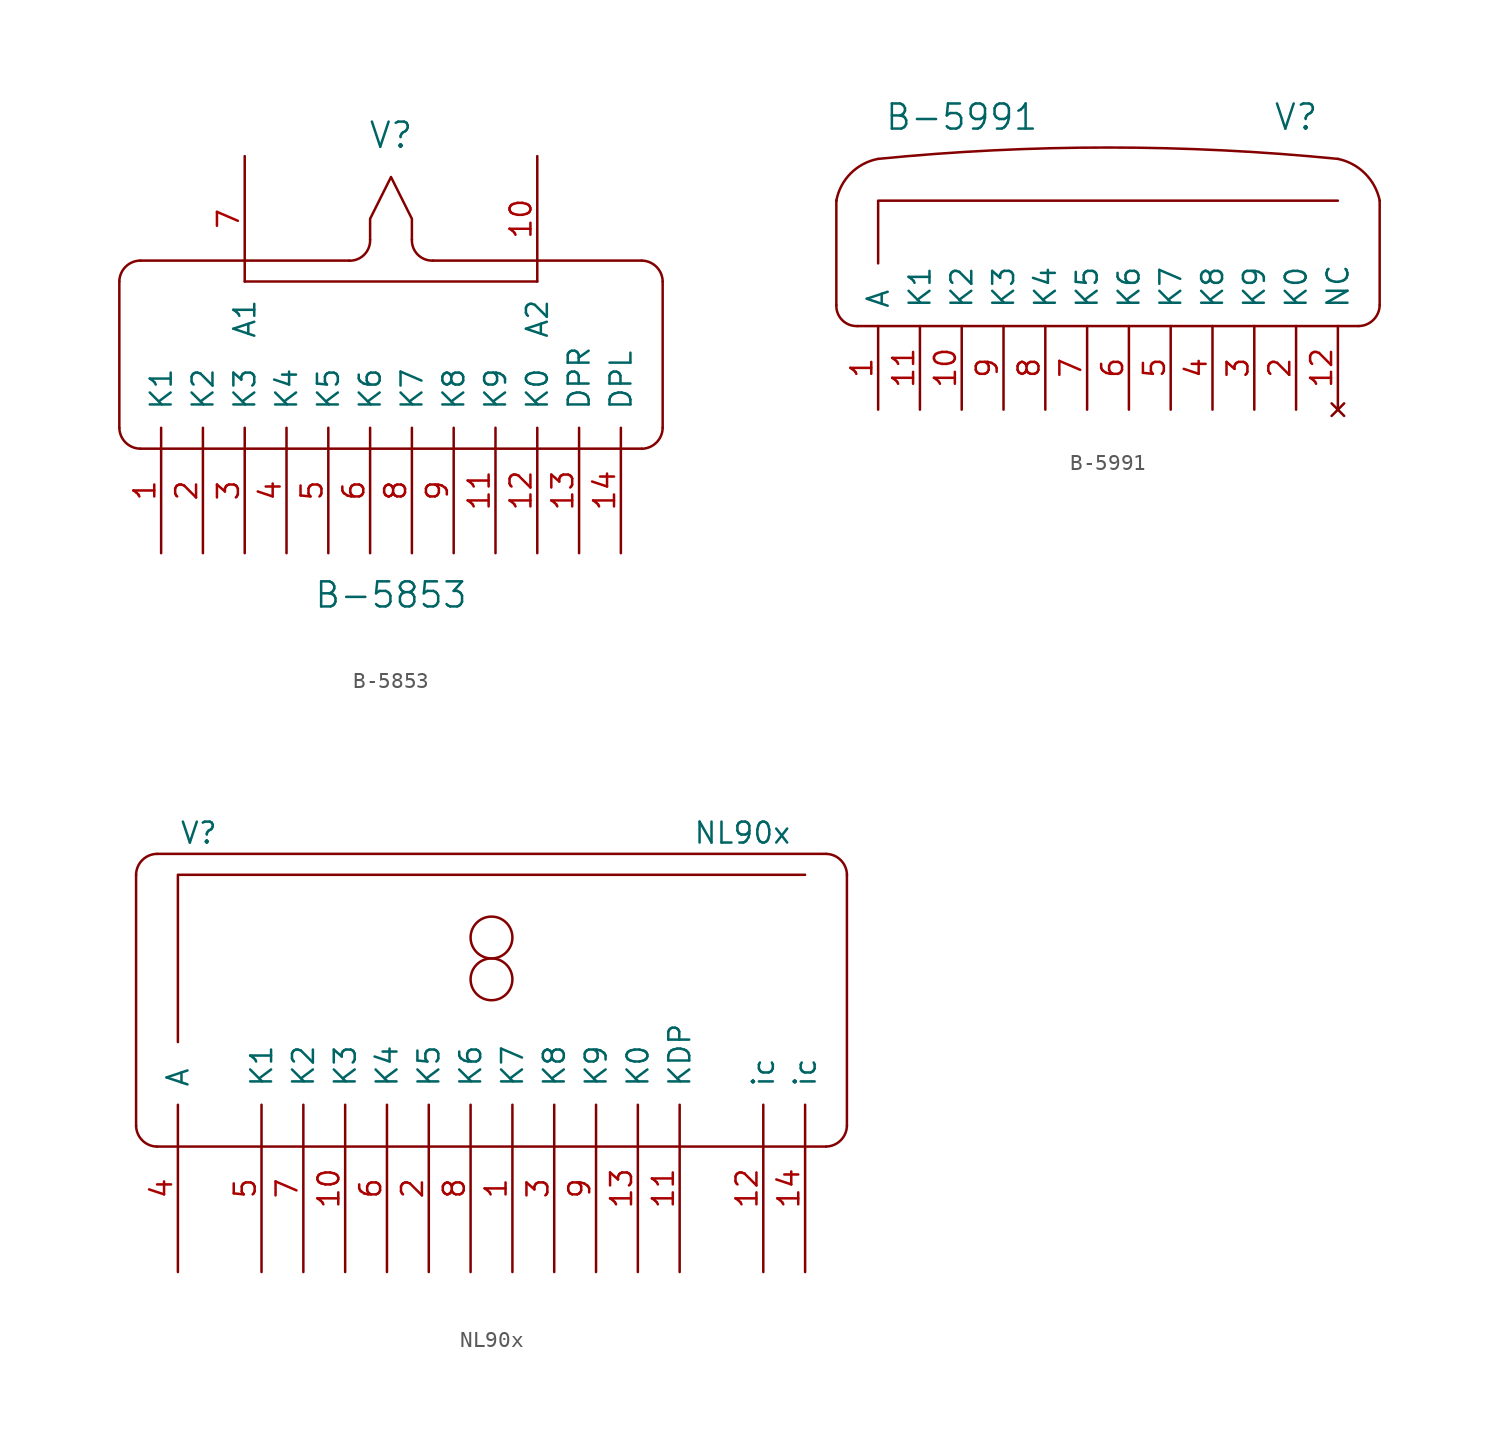
<source format=kicad_sym>
(kicad_symbol_lib
  (version 20211014)
  (generator kicad_symbol_editor)
  (symbol "B-5853"
    (pin_names
      (offset 1.016))
    (property "Reference" "V"
      (at 0 13.97 0)
      (effects (font (size 1.524 1.524))))
    (property "Value" "B-5853"
      (at 0 -13.97 0)
      (effects (font (size 1.524 1.524))))
    (property "Footprint" ""
      (at -5.08 0 0)
      (effects (font (size 1.524 1.524))))
    (property "Datasheet" ""
      (at -5.08 0 0)
      (effects (font (size 1.524 1.524))))
    (symbol "B-5853_0_1"
      (arc (start -16.51 -3.81) (mid -16.1366 -4.6988) (end -15.24 -5.08) (stroke (width 0) (type default) (color 0 0 0 0)) (fill (type none)))
      (arc (start -15.24 6.35) (mid -16.1288 5.9766) (end -16.51 5.08) (stroke (width 0) (type default) (color 0 0 0 0)) (fill (type none)))
      (arc (start -2.54 6.35) (mid -1.6254 6.7129) (end -1.27 7.62) (stroke (width 0) (type default) (color 0 0 0 0)) (fill (type none)))
      (polyline (pts (xy -16.51 5.08) (xy -16.51 -3.81)) (stroke (width 0) (type default) (color 0 0 0 0)) (fill (type none)))
      (polyline (pts (xy -15.24 -5.08) (xy 15.24 -5.08)) (stroke (width 0) (type default) (color 0 0 0 0)) (fill (type none)))
      (polyline (pts (xy -2.54 6.35) (xy -15.24 6.35)) (stroke (width 0) (type default) (color 0 0 0 0)) (fill (type none)))
      (polyline (pts (xy 8.89 5.08) (xy -8.89 5.08)) (stroke (width 0) (type default) (color 0 0 0 0)) (fill (type none)))
      (polyline (pts (xy 15.24 6.35) (xy 2.54 6.35)) (stroke (width 0) (type default) (color 0 0 0 0)) (fill (type none)))
      (polyline (pts (xy 16.51 -3.81) (xy 16.51 5.08)) (stroke (width 0) (type default) (color 0 0 0 0)) (fill (type none)))
      (polyline (pts (xy 1.27 7.62) (xy 1.27 8.89) (xy 0 11.43) (xy -1.27 8.89) (xy -1.27 7.62)) (stroke (width 0) (type default) (color 0 0 0 0)) (fill (type none)))
      (arc (start 1.27 7.62) (mid 1.6329 6.7054) (end 2.54 6.35) (stroke (width 0) (type default) (color 0 0 0 0)) (fill (type none)))
      (arc (start 15.24 -5.08) (mid 16.1288 -4.7066) (end 16.51 -3.81) (stroke (width 0) (type default) (color 0 0 0 0)) (fill (type none)))
      (arc (start 16.51 5.08) (mid 16.1366 5.9688) (end 15.24 6.35) (stroke (width 0) (type default) (color 0 0 0 0)) (fill (type none))))
    (symbol "B-5853_1_1"
      (pin input line (at -13.97 -11.43 90) (length 7.62) (name "K1" (effects (font (size 1.27 1.27)))) (number "1" (effects (font (size 1.27 1.27)))))
      (pin input line (at 8.89 12.7 270) (length 7.62) (name "A2" (effects (font (size 1.27 1.27)))) (number "10" (effects (font (size 1.27 1.27)))))
      (pin input line (at 6.35 -11.43 90) (length 7.62) (name "K9" (effects (font (size 1.27 1.27)))) (number "11" (effects (font (size 1.27 1.27)))))
      (pin input line (at 8.89 -11.43 90) (length 7.62) (name "K0" (effects (font (size 1.27 1.27)))) (number "12" (effects (font (size 1.27 1.27)))))
      (pin input line (at 11.43 -11.43 90) (length 7.62) (name "DPR" (effects (font (size 1.27 1.27)))) (number "13" (effects (font (size 1.27 1.27)))))
      (pin input line (at 13.97 -11.43 90) (length 7.62) (name "DPL" (effects (font (size 1.27 1.27)))) (number "14" (effects (font (size 1.27 1.27)))))
      (pin input line (at -11.43 -11.43 90) (length 7.62) (name "K2" (effects (font (size 1.27 1.27)))) (number "2" (effects (font (size 1.27 1.27)))))
      (pin input line (at -8.89 -11.43 90) (length 7.62) (name "K3" (effects (font (size 1.27 1.27)))) (number "3" (effects (font (size 1.27 1.27)))))
      (pin input line (at -6.35 -11.43 90) (length 7.62) (name "K4" (effects (font (size 1.27 1.27)))) (number "4" (effects (font (size 1.27 1.27)))))
      (pin input line (at -3.81 -11.43 90) (length 7.62) (name "K5" (effects (font (size 1.27 1.27)))) (number "5" (effects (font (size 1.27 1.27)))))
      (pin input line (at -1.27 -11.43 90) (length 7.62) (name "K6" (effects (font (size 1.27 1.27)))) (number "6" (effects (font (size 1.27 1.27)))))
      (pin input line (at -8.89 12.7 270) (length 7.62) (name "A1" (effects (font (size 1.27 1.27)))) (number "7" (effects (font (size 1.27 1.27)))))
      (pin input line (at 1.27 -11.43 90) (length 7.62) (name "K7" (effects (font (size 1.27 1.27)))) (number "8" (effects (font (size 1.27 1.27)))))
      (pin input line (at 3.81 -11.43 90) (length 7.62) (name "K8" (effects (font (size 1.27 1.27)))) (number "9" (effects (font (size 1.27 1.27)))))))
  (symbol "B-5991"
    (pin_names
      (offset 1.016))
    (property "Reference" "V"
      (at 11.43 7.62 0)
      (effects (font (size 1.524 1.524))))
    (property "Value" "B-5991"
      (at -8.89 7.62 0)
      (effects (font (size 1.524 1.524))))
    (property "Footprint" ""
      (at -1.27 -5.08 0)
      (effects (font (size 1.524 1.524))))
    (property "Datasheet" ""
      (at -1.27 -5.08 0)
      (effects (font (size 1.524 1.524))))
    (symbol "B-5991_0_1"
      (arc (start -16.51 -3.81) (mid -16.1471 -4.7246) (end -15.24 -5.08) (stroke (width 0) (type default) (color 0 0 0 0)) (fill (type none)))
      (arc (start -13.97 5.08) (mid -15.6359 4.2016) (end -16.51 2.54) (stroke (width 0) (type default) (color 0 0 0 0)) (fill (type none)))
      (polyline (pts (xy -16.51 -3.81) (xy -16.51 2.54)) (stroke (width 0) (type default) (color 0 0 0 0)) (fill (type none)))
      (polyline (pts (xy -16.51 2.54) (xy -16.51 2.54)) (stroke (width 0) (type default) (color 0 0 0 0)) (fill (type none)))
      (polyline (pts (xy -15.24 -5.08) (xy 15.24 -5.08)) (stroke (width 0) (type default) (color 0 0 0 0)) (fill (type none)))
      (polyline (pts (xy 16.51 -3.81) (xy 16.51 2.54)) (stroke (width 0) (type default) (color 0 0 0 0)) (fill (type none)))
      (polyline (pts (xy -13.97 -1.27) (xy -13.97 2.54) (xy 13.97 2.54)) (stroke (width 0) (type default) (color 0 0 0 0)) (fill (type none)))
      (arc (start 13.97 5.08) (mid 0 5.7705) (end -13.97 5.08) (stroke (width 0) (type default) (color 0 0 0 0)) (fill (type none)))
      (arc (start 15.24 -5.08) (mid 16.1288 -4.7066) (end 16.51 -3.81) (stroke (width 0) (type default) (color 0 0 0 0)) (fill (type none)))
      (arc (start 16.51 2.54) (mid 15.6218 4.1874) (end 13.97 5.08) (stroke (width 0) (type default) (color 0 0 0 0)) (fill (type none))))
    (symbol "B-5991_1_1"
      (pin input line (at -13.97 -10.16 90) (length 5.08) (name "A" (effects (font (size 1.27 1.27)))) (number "1" (effects (font (size 1.27 1.27)))))
      (pin input line (at -8.89 -10.16 90) (length 5.08) (name "K2" (effects (font (size 1.27 1.27)))) (number "10" (effects (font (size 1.27 1.27)))))
      (pin input line (at -11.43 -10.16 90) (length 5.08) (name "K1" (effects (font (size 1.27 1.27)))) (number "11" (effects (font (size 1.27 1.27)))))
      (pin no_connect line (at 13.97 -10.16 90) (length 5.08) (name "NC" (effects (font (size 1.27 1.27)))) (number "12" (effects (font (size 1.27 1.27)))))
      (pin input line (at 11.43 -10.16 90) (length 5.08) (name "K0" (effects (font (size 1.27 1.27)))) (number "2" (effects (font (size 1.27 1.27)))))
      (pin input line (at 8.89 -10.16 90) (length 5.08) (name "K9" (effects (font (size 1.27 1.27)))) (number "3" (effects (font (size 1.27 1.27)))))
      (pin input line (at 6.35 -10.16 90) (length 5.08) (name "K8" (effects (font (size 1.27 1.27)))) (number "4" (effects (font (size 1.27 1.27)))))
      (pin input line (at 3.81 -10.16 90) (length 5.08) (name "K7" (effects (font (size 1.27 1.27)))) (number "5" (effects (font (size 1.27 1.27)))))
      (pin input line (at 1.27 -10.16 90) (length 5.08) (name "K6" (effects (font (size 1.27 1.27)))) (number "6" (effects (font (size 1.27 1.27)))))
      (pin input line (at -1.27 -10.16 90) (length 5.08) (name "K5" (effects (font (size 1.27 1.27)))) (number "7" (effects (font (size 1.27 1.27)))))
      (pin input line (at -3.81 -10.16 90) (length 5.08) (name "K4" (effects (font (size 1.27 1.27)))) (number "8" (effects (font (size 1.27 1.27)))))
      (pin input line (at -6.35 -10.16 90) (length 5.08) (name "K3" (effects (font (size 1.27 1.27)))) (number "9" (effects (font (size 1.27 1.27)))))))
  (symbol "NL90x"
    (pin_names
      (offset 1.016))
    (property "Reference" "V"
      (at -17.78 13.97 0)
      (effects (font (size 1.27 1.27))))
    (property "Value" "NL90x"
      (at 15.24 13.97 0)
      (effects (font (size 1.27 1.27))))
    (property "Footprint" ""
      (at -11.43 -5.08 0)
      (effects (font (size 1.524 1.524))))
    (property "Datasheet" ""
      (at -11.43 -5.08 0)
      (effects (font (size 1.524 1.524))))
    (symbol "NL90x_0_1"
      (arc (start -21.59 -3.81) (mid -21.2166 -4.6988) (end -20.32 -5.08) (stroke (width 0) (type default) (color 0 0 0 0)) (fill (type none)))
      (arc (start -20.32 12.7) (mid -21.2088 12.3266) (end -21.59 11.43) (stroke (width 0) (type default) (color 0 0 0 0)) (fill (type none)))
      (polyline (pts (xy -21.59 -3.81) (xy -21.59 11.43)) (stroke (width 0) (type default) (color 0 0 0 0)) (fill (type none)))
      (polyline (pts (xy -20.32 12.7) (xy 20.32 12.7)) (stroke (width 0) (type default) (color 0 0 0 0)) (fill (type none)))
      (polyline (pts (xy 20.32 -5.08) (xy -20.32 -5.08)) (stroke (width 0) (type default) (color 0 0 0 0)) (fill (type none)))
      (polyline (pts (xy 21.59 -3.81) (xy 21.59 11.43)) (stroke (width 0) (type default) (color 0 0 0 0)) (fill (type none)))
      (polyline (pts (xy -19.05 1.27) (xy -19.05 11.43) (xy 19.05 11.43)) (stroke (width 0) (type default) (color 0 0 0 0)) (fill (type none)))
      (circle (center 0 5.08) (radius 1.27) (stroke (width 0) (type default) (color 0 0 0 0)) (fill (type none)))
      (circle (center 0 7.62) (radius 1.27) (stroke (width 0) (type default) (color 0 0 0 0)) (fill (type none)))
      (arc (start 20.32 -5.08) (mid 21.2088 -4.7066) (end 21.59 -3.81) (stroke (width 0) (type default) (color 0 0 0 0)) (fill (type none)))
      (arc (start 21.59 11.43) (mid 21.2166 12.3188) (end 20.32 12.7) (stroke (width 0) (type default) (color 0 0 0 0)) (fill (type none))))
    (symbol "NL90x_1_1"
      (pin passive line (at 1.27 -12.7 90) (length 10.16) (name "K7" (effects (font (size 1.27 1.27)))) (number "1" (effects (font (size 1.27 1.27)))))
      (pin passive line (at -8.89 -12.7 90) (length 10.16) (name "K3" (effects (font (size 1.27 1.27)))) (number "10" (effects (font (size 1.27 1.27)))))
      (pin passive line (at 11.43 -12.7 90) (length 10.16) (name "KDP" (effects (font (size 1.27 1.27)))) (number "11" (effects (font (size 1.27 1.27)))))
      (pin passive line (at 16.51 -12.7 90) (length 10.16) (name "ic" (effects (font (size 1.27 1.27)))) (number "12" (effects (font (size 1.27 1.27)))))
      (pin passive line (at 8.89 -12.7 90) (length 10.16) (name "K0" (effects (font (size 1.27 1.27)))) (number "13" (effects (font (size 1.27 1.27)))))
      (pin passive line (at 19.05 -12.7 90) (length 10.16) (name "ic" (effects (font (size 1.27 1.27)))) (number "14" (effects (font (size 1.27 1.27)))))
      (pin passive line (at -3.81 -12.7 90) (length 10.16) (name "K5" (effects (font (size 1.27 1.27)))) (number "2" (effects (font (size 1.27 1.27)))))
      (pin passive line (at 3.81 -12.7 90) (length 10.16) (name "K8" (effects (font (size 1.27 1.27)))) (number "3" (effects (font (size 1.27 1.27)))))
      (pin passive line (at -19.05 -12.7 90) (length 10.16) (name "A" (effects (font (size 1.27 1.27)))) (number "4" (effects (font (size 1.27 1.27)))))
      (pin passive line (at -13.97 -12.7 90) (length 10.16) (name "K1" (effects (font (size 1.27 1.27)))) (number "5" (effects (font (size 1.27 1.27)))))
      (pin passive line (at -6.35 -12.7 90) (length 10.16) (name "K4" (effects (font (size 1.27 1.27)))) (number "6" (effects (font (size 1.27 1.27)))))
      (pin passive line (at -11.43 -12.7 90) (length 10.16) (name "K2" (effects (font (size 1.27 1.27)))) (number "7" (effects (font (size 1.27 1.27)))))
      (pin passive line (at -1.27 -12.7 90) (length 10.16) (name "K6" (effects (font (size 1.27 1.27)))) (number "8" (effects (font (size 1.27 1.27)))))
      (pin passive line (at 6.35 -12.7 90) (length 10.16) (name "K9" (effects (font (size 1.27 1.27)))) (number "9" (effects (font (size 1.27 1.27))))))))
</source>
